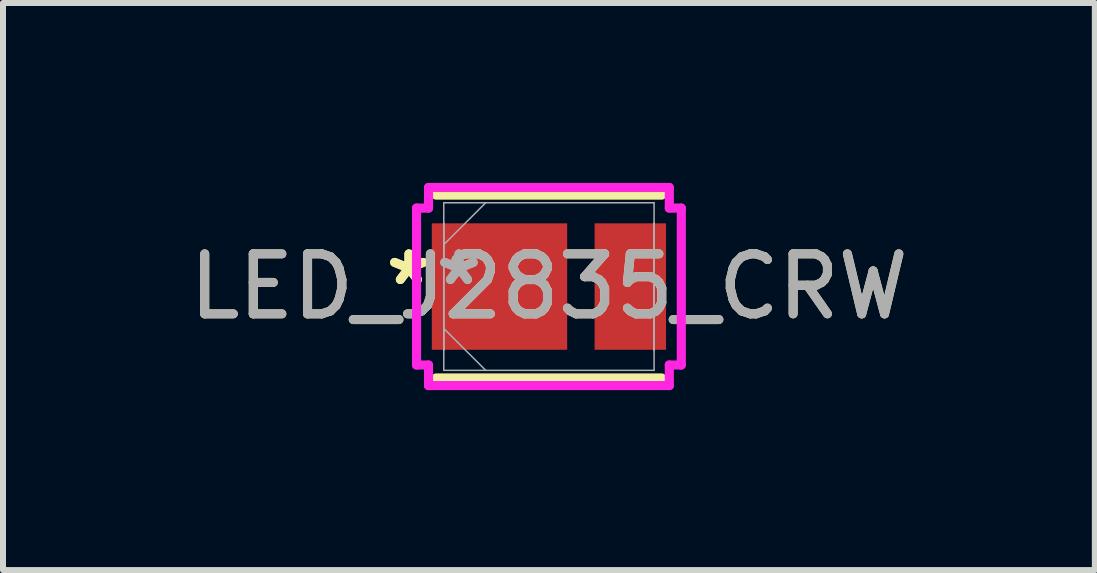
<source format=kicad_pcb>
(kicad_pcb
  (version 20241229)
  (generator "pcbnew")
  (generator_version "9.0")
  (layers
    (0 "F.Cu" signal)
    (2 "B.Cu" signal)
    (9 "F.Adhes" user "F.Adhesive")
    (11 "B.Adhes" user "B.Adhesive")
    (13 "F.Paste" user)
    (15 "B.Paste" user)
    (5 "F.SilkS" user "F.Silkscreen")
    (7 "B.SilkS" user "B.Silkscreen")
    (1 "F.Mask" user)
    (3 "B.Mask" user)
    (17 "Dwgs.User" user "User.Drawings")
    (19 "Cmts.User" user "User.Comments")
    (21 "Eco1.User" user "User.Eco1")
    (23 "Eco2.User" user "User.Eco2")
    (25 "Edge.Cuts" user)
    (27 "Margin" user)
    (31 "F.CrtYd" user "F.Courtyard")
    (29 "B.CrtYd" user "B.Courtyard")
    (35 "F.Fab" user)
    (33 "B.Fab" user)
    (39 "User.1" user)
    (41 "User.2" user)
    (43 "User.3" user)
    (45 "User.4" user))
  (footprint "LED_J2835_CRW"
    (layer "F.Cu")
    (at 6.101 1.727)
    (property "Reference" "LED_J2835_CRW" (at 0 0 0) (unlocked yes) (layer "F.SilkS") (effects (font (size 1 1) (thickness 0.15))))
    (attr smd)
    (fp_line (start -1.88 1.524) (end 1.88 1.524) (stroke (width 0.152) (type solid)) (layer "F.SilkS"))
    (fp_line (start 1.88 -1.524) (end -1.88 -1.524) (stroke (width 0.152) (type solid)) (layer "F.SilkS"))
    (fp_line (start -2.207 -1.308) (end -2.007 -1.308) (stroke (width 0.152) (type solid)) (layer "F.CrtYd"))
    (fp_line (start -2.207 1.308) (end -2.207 -1.308) (stroke (width 0.152) (type solid)) (layer "F.CrtYd"))
    (fp_line (start -2.007 -1.651) (end 2.007 -1.651) (stroke (width 0.152) (type solid)) (layer "F.CrtYd"))
    (fp_line (start -2.007 -1.308) (end -2.007 -1.651) (stroke (width 0.152) (type solid)) (layer "F.CrtYd"))
    (fp_line (start -2.007 1.308) (end -2.207 1.308) (stroke (width 0.152) (type solid)) (layer "F.CrtYd"))
    (fp_line (start -2.007 1.651) (end -2.007 1.308) (stroke (width 0.152) (type solid)) (layer "F.CrtYd"))
    (fp_line (start 2.007 -1.651) (end 2.007 -1.308) (stroke (width 0.152) (type solid)) (layer "F.CrtYd"))
    (fp_line (start 2.007 -1.308) (end 2.207 -1.308) (stroke (width 0.152) (type solid)) (layer "F.CrtYd"))
    (fp_line (start 2.007 1.308) (end 2.007 1.651) (stroke (width 0.152) (type solid)) (layer "F.CrtYd"))
    (fp_line (start 2.007 1.651) (end -2.007 1.651) (stroke (width 0.152) (type solid)) (layer "F.CrtYd"))
    (fp_line (start 2.207 -1.308) (end 2.207 1.308) (stroke (width 0.152) (type solid)) (layer "F.CrtYd"))
    (fp_line (start 2.207 1.308) (end 2.007 1.308) (stroke (width 0.152) (type solid)) (layer "F.CrtYd"))
    (fp_line (start -1.753 -1.397) (end -1.753 1.397) (stroke (width 0.025) (type solid)) (layer "F.Fab"))
    (fp_line (start -1.753 -1.054) (end -1.753 -1.054) (stroke (width 0.025) (type solid)) (layer "F.Fab"))
    (fp_line (start -1.753 -1.054) (end -1.753 1.054) (stroke (width 0.025) (type solid)) (layer "F.Fab"))
    (fp_line (start -1.753 -0.699) (end -1.054 -1.397) (stroke (width 0.025) (type solid)) (layer "F.Fab"))
    (fp_line (start -1.753 0.699) (end -1.054 1.397) (stroke (width 0.025) (type solid)) (layer "F.Fab"))
    (fp_line (start -1.753 1.054) (end -1.753 -1.054) (stroke (width 0.025) (type solid)) (layer "F.Fab"))
    (fp_line (start -1.753 1.054) (end -1.753 1.054) (stroke (width 0.025) (type solid)) (layer "F.Fab"))
    (fp_line (start -1.753 1.397) (end 1.753 1.397) (stroke (width 0.025) (type solid)) (layer "F.Fab"))
    (fp_line (start 1.753 -1.397) (end -1.753 -1.397) (stroke (width 0.025) (type solid)) (layer "F.Fab"))
    (fp_line (start 1.753 -1.054) (end 1.753 -1.054) (stroke (width 0.025) (type solid)) (layer "F.Fab"))
    (fp_line (start 1.753 -1.054) (end 1.753 1.054) (stroke (width 0.025) (type solid)) (layer "F.Fab"))
    (fp_line (start 1.753 1.054) (end 1.753 -1.054) (stroke (width 0.025) (type solid)) (layer "F.Fab"))
    (fp_line (start 1.753 1.054) (end 1.753 1.054) (stroke (width 0.025) (type solid)) (layer "F.Fab"))
    (fp_line (start 1.753 1.397) (end 1.753 -1.397) (stroke (width 0.025) (type solid)) (layer "F.Fab"))
    (fp_text user "*" (at -2.334 0 0) (layer "F.SilkS") (effects (font (size 1 1) (thickness 0.15))))
    (fp_text user "*" (at -2.334 0 0) (unlocked yes) (layer "F.SilkS") (effects (font (size 1 1) (thickness 0.15))))
    (fp_text user "*" (at -1.499 0 0) (layer "F.Fab") (effects (font (size 1 1) (thickness 0.15))))
    (fp_text user "${REFERENCE}" (at 0 0 0) (unlocked yes) (layer "F.Fab") (effects (font (size 1 1) (thickness 0.15))))
    (fp_text user "*" (at -1.499 0 0) (unlocked yes) (layer "F.Fab") (effects (font (size 1 1) (thickness 0.15))))
    (pad "1" smd rect (at -0.824 0) (size 2.257 2.108) (layers "F.Cu" "F.Mask" "F.Paste"))
    (pad "2" smd rect (at 1.357 0) (size 1.191 2.108) (layers "F.Cu" "F.Mask" "F.Paste"))
    (zone (net_name "") (layer "F.Cu") (hatch full 0.508) (connect_pads) (min_thickness 0.254) (filled_areas_thickness no) (keepout (tracks not_allowed) (vias not_allowed) (pads allowed) (copperpour not_allowed) (footprints allowed)) (placement (enabled no)) (fill) (polygon (pts (xy 6.457 0.381) (xy 6.812 0.381) (xy 6.812 3.073) (xy 6.457 3.073)))))
  (gr_rect
    (start -3 -3)
    (end 15.202 6.454)
    (stroke (width 0.1) (type default))
    (fill no)
    (layer "Edge.Cuts")))
</source>
